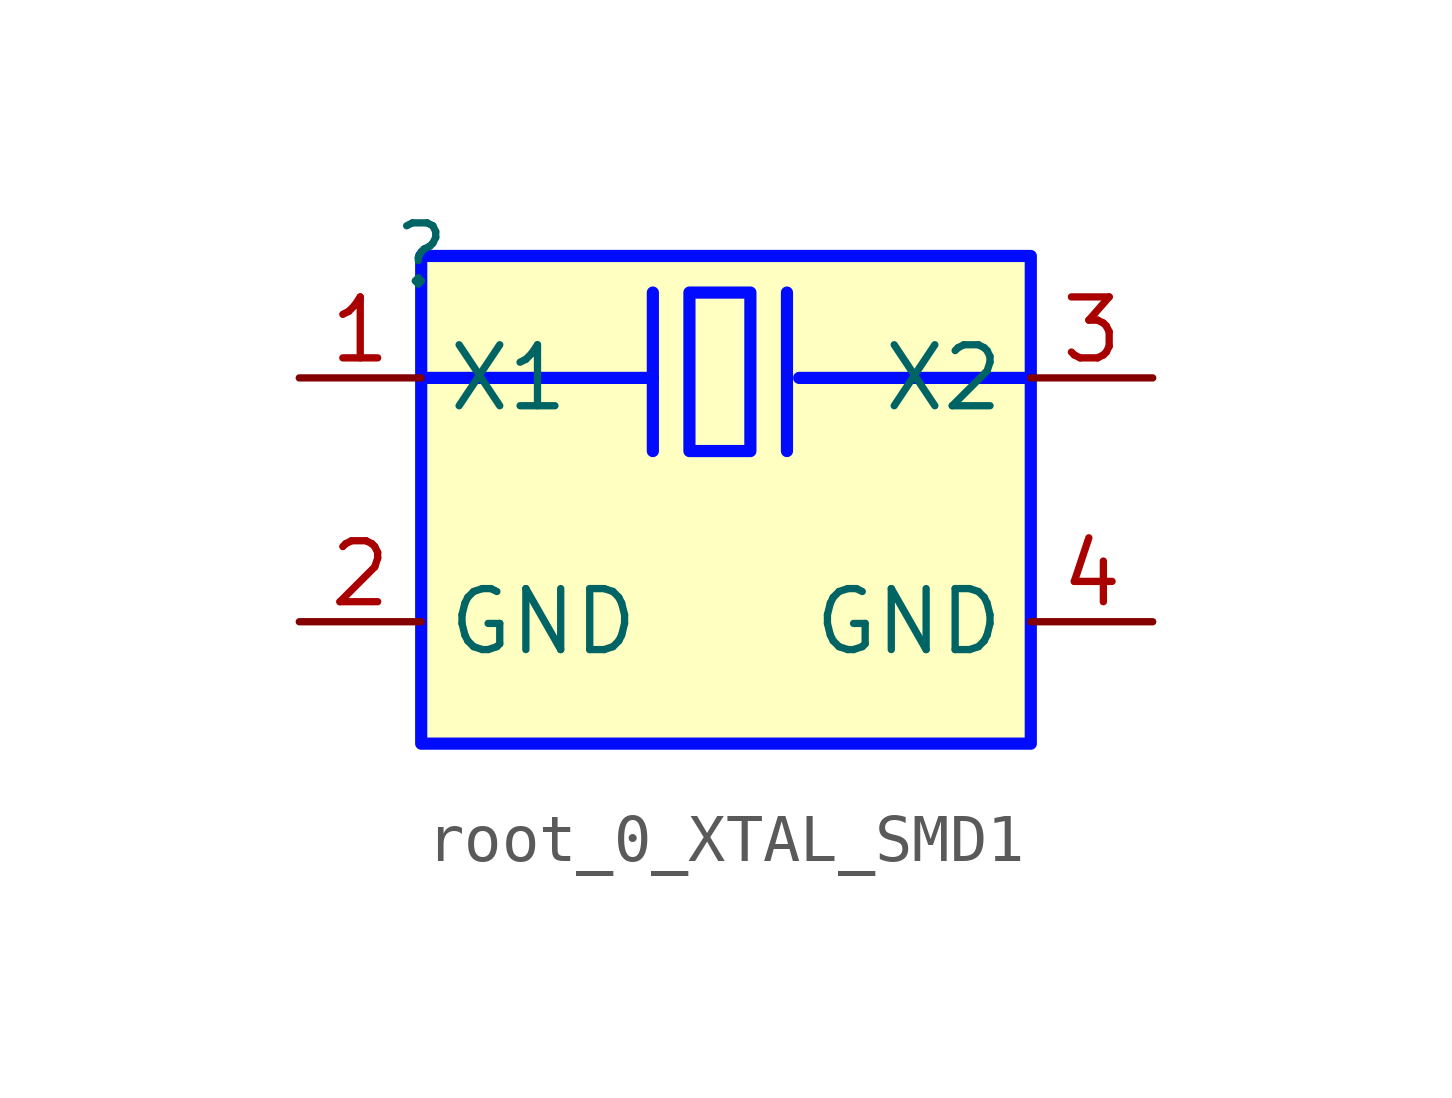
<source format=kicad_sym>
(kicad_symbol_lib
  (version 20231120)
  (generator "kicad_symbol_editor")
  (generator_version "8.0")
  (symbol "root_0_XTAL_SMD1"
    (property "Reference" ""
      (at 0 0 0)
      (effects (font (size 1.27 1.27))))
    (property "Value" ""
      (at 0 0 0)
      (effects (font (size 1.27 1.27))))
    (symbol "root_0_XTAL_SMD1_1_0"
      (polyline (pts (xy 0 -2.54) (xy 4.826 -2.54)) (stroke (width 0.254) (type solid) (color 0 11 255 1)) (fill (type none)))
      (polyline (pts (xy 4.826 -0.762) (xy 4.826 -4.064)) (stroke (width 0.254) (type solid) (color 0 11 255 1)) (fill (type none)))
      (polyline (pts (xy 7.62 -0.762) (xy 7.62 -4.064)) (stroke (width 0.254) (type solid) (color 0 11 255 1)) (fill (type none)))
      (polyline (pts (xy 7.874 -2.54) (xy 12.7 -2.54)) (stroke (width 0.254) (type solid) (color 0 11 255 1)) (fill (type none)))
      (rectangle (start 6.858 -0.762) (end 5.588 -4.064) (stroke (width 0.254) (type solid) (color 0 11 255 1)) (fill (type background)))
      (rectangle (start 12.7 0) (end 0 -10.16) (stroke (width 0.254) (type solid) (color 0 11 255 1)) (fill (type background)))
      (pin passive line (at -2.54 -2.54 0) (length 2.54) (name "X1" (effects (font (size 1.27 1.27)))) (number "1" (effects (font (size 1.27 1.27)))))
      (pin power_in line (at -2.54 -7.62 0) (length 2.54) (name "GND" (effects (font (size 1.27 1.27)))) (number "2" (effects (font (size 1.27 1.27)))))
      (pin passive line (at 15.24 -2.54 180) (length 2.54) (name "X2" (effects (font (size 1.27 1.27)))) (number "3" (effects (font (size 1.27 1.27)))))
      (pin passive line (at 15.24 -7.62 180) (length 2.54) (name "GND" (effects (font (size 1.27 1.27)))) (number "4" (effects (font (size 1.27 1.27))))))))
</source>
